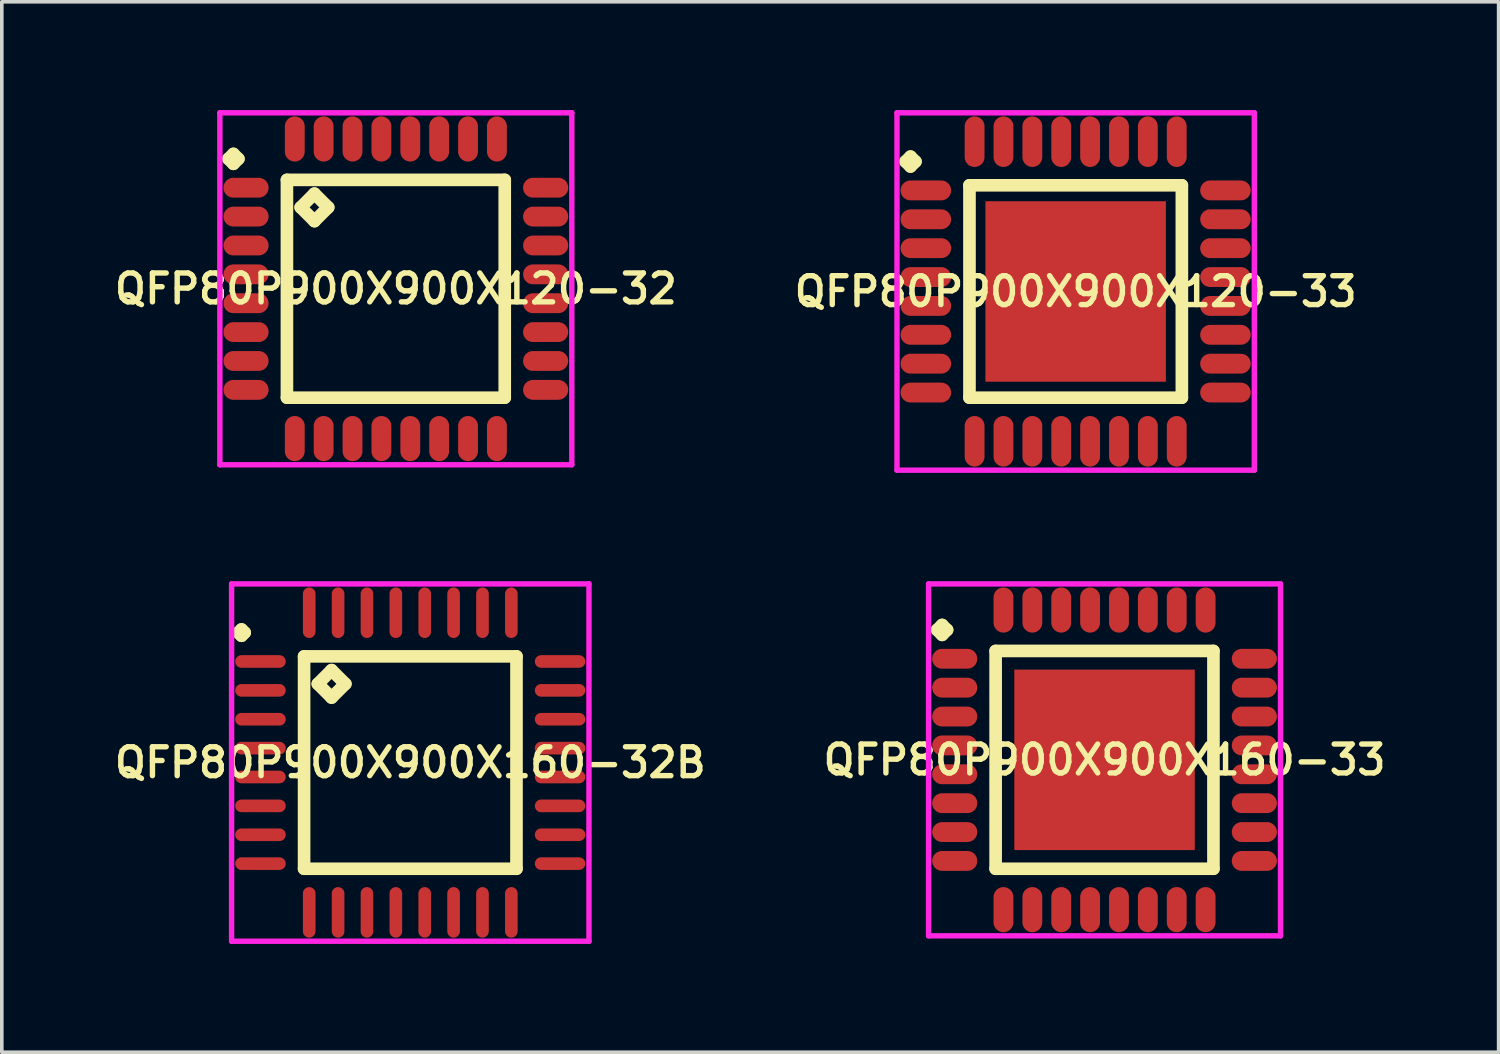
<source format=kicad_pcb>
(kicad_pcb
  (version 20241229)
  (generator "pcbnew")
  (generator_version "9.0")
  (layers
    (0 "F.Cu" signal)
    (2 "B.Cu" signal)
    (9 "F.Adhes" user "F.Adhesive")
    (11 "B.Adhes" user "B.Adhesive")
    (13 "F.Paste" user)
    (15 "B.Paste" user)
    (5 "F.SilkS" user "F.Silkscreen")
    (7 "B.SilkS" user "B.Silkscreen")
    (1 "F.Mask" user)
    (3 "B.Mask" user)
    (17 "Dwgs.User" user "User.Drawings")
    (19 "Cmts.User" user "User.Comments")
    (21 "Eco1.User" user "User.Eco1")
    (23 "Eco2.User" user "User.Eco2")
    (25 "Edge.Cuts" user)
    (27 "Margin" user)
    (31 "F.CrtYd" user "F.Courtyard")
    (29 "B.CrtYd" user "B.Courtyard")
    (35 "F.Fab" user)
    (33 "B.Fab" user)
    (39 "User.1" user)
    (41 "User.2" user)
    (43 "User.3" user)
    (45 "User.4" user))
  (footprint "QFP80P900X900X120-32"
    (layer "F.Cu")
    (at 7.916 4.95)
    (property "Reference" "QFP80P900X900X120-32" (at 0 0 0) (layer "F.SilkS") (effects (font (size 0.8 0.8) (thickness 0.15))))
    (attr smd)
    (fp_line (start -4.638 -3.6) (end -4.5 -3.737) (stroke (width 0.35) (type solid)) (layer "F.SilkS"))
    (fp_line (start -4.5 -3.737) (end -4.362 -3.6) (stroke (width 0.35) (type solid)) (layer "F.SilkS"))
    (fp_line (start -4.5 -3.462) (end -4.638 -3.6) (stroke (width 0.35) (type solid)) (layer "F.SilkS"))
    (fp_line (start -4.362 -3.6) (end -4.5 -3.462) (stroke (width 0.35) (type solid)) (layer "F.SilkS"))
    (fp_line (start -3.017 -3.017) (end -3.017 3.017) (stroke (width 0.35) (type solid)) (layer "F.SilkS"))
    (fp_line (start -3.017 3.017) (end 3.017 3.017) (stroke (width 0.35) (type solid)) (layer "F.SilkS"))
    (fp_line (start -2.636 -2.255) (end -2.255 -2.636) (stroke (width 0.35) (type solid)) (layer "F.SilkS"))
    (fp_line (start -2.255 -2.636) (end -1.874 -2.255) (stroke (width 0.35) (type solid)) (layer "F.SilkS"))
    (fp_line (start -2.255 -1.874) (end -2.636 -2.255) (stroke (width 0.35) (type solid)) (layer "F.SilkS"))
    (fp_line (start -1.874 -2.255) (end -2.255 -1.874) (stroke (width 0.35) (type solid)) (layer "F.SilkS"))
    (fp_line (start 3.017 -3.017) (end -3.017 -3.017) (stroke (width 0.35) (type solid)) (layer "F.SilkS"))
    (fp_line (start 3.017 3.017) (end 3.017 -3.017) (stroke (width 0.35) (type solid)) (layer "F.SilkS"))
    (fp_line (start -4.875 -4.875) (end 4.875 -4.875) (stroke (width 0.15) (type solid)) (layer "F.CrtYd"))
    (fp_line (start -4.875 4.875) (end -4.875 -4.875) (stroke (width 0.15) (type solid)) (layer "F.CrtYd"))
    (fp_line (start 4.875 -4.875) (end 4.875 4.875) (stroke (width 0.15) (type solid)) (layer "F.CrtYd"))
    (fp_line (start 4.875 4.875) (end -4.875 4.875) (stroke (width 0.15) (type solid)) (layer "F.CrtYd"))
    (pad "1" smd oval (at -4.15 -2.8) (size 1.25 0.55) (layers "F.Cu" "F.Mask" "F.Paste"))
    (pad "2" smd oval (at -4.15 -2) (size 1.25 0.55) (layers "F.Cu" "F.Mask" "F.Paste"))
    (pad "3" smd oval (at -4.15 -1.2) (size 1.25 0.55) (layers "F.Cu" "F.Mask" "F.Paste"))
    (pad "4" smd oval (at -4.15 -0.4) (size 1.25 0.55) (layers "F.Cu" "F.Mask" "F.Paste"))
    (pad "5" smd oval (at -4.15 0.4) (size 1.25 0.55) (layers "F.Cu" "F.Mask" "F.Paste"))
    (pad "6" smd oval (at -4.15 1.2) (size 1.25 0.55) (layers "F.Cu" "F.Mask" "F.Paste"))
    (pad "7" smd oval (at -4.15 2) (size 1.25 0.55) (layers "F.Cu" "F.Mask" "F.Paste"))
    (pad "8" smd oval (at -4.15 2.8) (size 1.25 0.55) (layers "F.Cu" "F.Mask" "F.Paste"))
    (pad "9" smd oval (at -2.8 4.15) (size 0.55 1.25) (layers "F.Cu" "F.Mask" "F.Paste"))
    (pad "10" smd oval (at -2 4.15) (size 0.55 1.25) (layers "F.Cu" "F.Mask" "F.Paste"))
    (pad "11" smd oval (at -1.2 4.15) (size 0.55 1.25) (layers "F.Cu" "F.Mask" "F.Paste"))
    (pad "12" smd oval (at -0.4 4.15) (size 0.55 1.25) (layers "F.Cu" "F.Mask" "F.Paste"))
    (pad "13" smd oval (at 0.4 4.15) (size 0.55 1.25) (layers "F.Cu" "F.Mask" "F.Paste"))
    (pad "14" smd oval (at 1.2 4.15) (size 0.55 1.25) (layers "F.Cu" "F.Mask" "F.Paste"))
    (pad "15" smd oval (at 2 4.15) (size 0.55 1.25) (layers "F.Cu" "F.Mask" "F.Paste"))
    (pad "16" smd oval (at 2.8 4.15) (size 0.55 1.25) (layers "F.Cu" "F.Mask" "F.Paste"))
    (pad "17" smd oval (at 4.15 2.8) (size 1.25 0.55) (layers "F.Cu" "F.Mask" "F.Paste"))
    (pad "18" smd oval (at 4.15 2) (size 1.25 0.55) (layers "F.Cu" "F.Mask" "F.Paste"))
    (pad "19" smd oval (at 4.15 1.2) (size 1.25 0.55) (layers "F.Cu" "F.Mask" "F.Paste"))
    (pad "20" smd oval (at 4.15 0.4) (size 1.25 0.55) (layers "F.Cu" "F.Mask" "F.Paste"))
    (pad "21" smd oval (at 4.15 -0.4) (size 1.25 0.55) (layers "F.Cu" "F.Mask" "F.Paste"))
    (pad "22" smd oval (at 4.15 -1.2) (size 1.25 0.55) (layers "F.Cu" "F.Mask" "F.Paste"))
    (pad "23" smd oval (at 4.15 -2) (size 1.25 0.55) (layers "F.Cu" "F.Mask" "F.Paste"))
    (pad "24" smd oval (at 4.15 -2.8) (size 1.25 0.55) (layers "F.Cu" "F.Mask" "F.Paste"))
    (pad "25" smd oval (at 2.8 -4.15) (size 0.55 1.25) (layers "F.Cu" "F.Mask" "F.Paste"))
    (pad "26" smd oval (at 2 -4.15) (size 0.55 1.25) (layers "F.Cu" "F.Mask" "F.Paste"))
    (pad "27" smd oval (at 1.2 -4.15) (size 0.55 1.25) (layers "F.Cu" "F.Mask" "F.Paste"))
    (pad "28" smd oval (at 0.4 -4.15) (size 0.55 1.25) (layers "F.Cu" "F.Mask" "F.Paste"))
    (pad "29" smd oval (at -0.4 -4.15) (size 0.55 1.25) (layers "F.Cu" "F.Mask" "F.Paste"))
    (pad "30" smd oval (at -1.2 -4.15) (size 0.55 1.25) (layers "F.Cu" "F.Mask" "F.Paste"))
    (pad "31" smd oval (at -2 -4.15) (size 0.55 1.25) (layers "F.Cu" "F.Mask" "F.Paste"))
    (pad "32" smd oval (at -2.8 -4.15) (size 0.55 1.25) (layers "F.Cu" "F.Mask" "F.Paste")))
  (footprint "QFP80P900X900X160-32B"
    (layer "F.Cu")
    (at 8.316 18.075)
    (property "Reference" "QFP80P900X900X160-32B" (at 0 0 0) (layer "F.SilkS") (effects (font (size 0.8 0.8) (thickness 0.15))))
    (attr smd)
    (fp_line (start -4.763 -3.6) (end -4.675 -3.688) (stroke (width 0.35) (type solid)) (layer "F.SilkS"))
    (fp_line (start -4.675 -3.688) (end -4.588 -3.6) (stroke (width 0.35) (type solid)) (layer "F.SilkS"))
    (fp_line (start -4.675 -3.513) (end -4.763 -3.6) (stroke (width 0.35) (type solid)) (layer "F.SilkS"))
    (fp_line (start -4.588 -3.6) (end -4.675 -3.513) (stroke (width 0.35) (type solid)) (layer "F.SilkS"))
    (fp_line (start -2.942 -2.942) (end -2.942 2.942) (stroke (width 0.35) (type solid)) (layer "F.SilkS"))
    (fp_line (start -2.942 2.942) (end 2.942 2.942) (stroke (width 0.35) (type solid)) (layer "F.SilkS"))
    (fp_line (start -2.561 -2.18) (end -2.18 -2.561) (stroke (width 0.35) (type solid)) (layer "F.SilkS"))
    (fp_line (start -2.18 -2.561) (end -1.799 -2.18) (stroke (width 0.35) (type solid)) (layer "F.SilkS"))
    (fp_line (start -2.18 -1.799) (end -2.561 -2.18) (stroke (width 0.35) (type solid)) (layer "F.SilkS"))
    (fp_line (start -1.799 -2.18) (end -2.18 -1.799) (stroke (width 0.35) (type solid)) (layer "F.SilkS"))
    (fp_line (start 2.942 -2.942) (end -2.942 -2.942) (stroke (width 0.35) (type solid)) (layer "F.SilkS"))
    (fp_line (start 2.942 2.942) (end 2.942 -2.942) (stroke (width 0.35) (type solid)) (layer "F.SilkS"))
    (fp_line (start -4.95 -4.95) (end 4.95 -4.95) (stroke (width 0.15) (type solid)) (layer "F.CrtYd"))
    (fp_line (start -4.95 4.95) (end -4.95 -4.95) (stroke (width 0.15) (type solid)) (layer "F.CrtYd"))
    (fp_line (start 4.95 -4.95) (end 4.95 4.95) (stroke (width 0.15) (type solid)) (layer "F.CrtYd"))
    (fp_line (start 4.95 4.95) (end -4.95 4.95) (stroke (width 0.15) (type solid)) (layer "F.CrtYd"))
    (pad "1" smd oval (at -4.15 -2.8) (size 1.4 0.35) (layers "F.Cu" "F.Mask" "F.Paste"))
    (pad "2" smd oval (at -4.15 -2) (size 1.4 0.35) (layers "F.Cu" "F.Mask" "F.Paste"))
    (pad "3" smd oval (at -4.15 -1.2) (size 1.4 0.35) (layers "F.Cu" "F.Mask" "F.Paste"))
    (pad "4" smd oval (at -4.15 -0.4) (size 1.4 0.35) (layers "F.Cu" "F.Mask" "F.Paste"))
    (pad "5" smd oval (at -4.15 0.4) (size 1.4 0.35) (layers "F.Cu" "F.Mask" "F.Paste"))
    (pad "6" smd oval (at -4.15 1.2) (size 1.4 0.35) (layers "F.Cu" "F.Mask" "F.Paste"))
    (pad "7" smd oval (at -4.15 2) (size 1.4 0.35) (layers "F.Cu" "F.Mask" "F.Paste"))
    (pad "8" smd oval (at -4.15 2.8) (size 1.4 0.35) (layers "F.Cu" "F.Mask" "F.Paste"))
    (pad "9" smd oval (at -2.8 4.15) (size 0.35 1.4) (layers "F.Cu" "F.Mask" "F.Paste"))
    (pad "10" smd oval (at -2 4.15) (size 0.35 1.4) (layers "F.Cu" "F.Mask" "F.Paste"))
    (pad "11" smd oval (at -1.2 4.15) (size 0.35 1.4) (layers "F.Cu" "F.Mask" "F.Paste"))
    (pad "12" smd oval (at -0.4 4.15) (size 0.35 1.4) (layers "F.Cu" "F.Mask" "F.Paste"))
    (pad "13" smd oval (at 0.4 4.15) (size 0.35 1.4) (layers "F.Cu" "F.Mask" "F.Paste"))
    (pad "14" smd oval (at 1.2 4.15) (size 0.35 1.4) (layers "F.Cu" "F.Mask" "F.Paste"))
    (pad "15" smd oval (at 2 4.15) (size 0.35 1.4) (layers "F.Cu" "F.Mask" "F.Paste"))
    (pad "16" smd oval (at 2.8 4.15) (size 0.35 1.4) (layers "F.Cu" "F.Mask" "F.Paste"))
    (pad "17" smd oval (at 4.15 2.8) (size 1.4 0.35) (layers "F.Cu" "F.Mask" "F.Paste"))
    (pad "18" smd oval (at 4.15 2) (size 1.4 0.35) (layers "F.Cu" "F.Mask" "F.Paste"))
    (pad "19" smd oval (at 4.15 1.2) (size 1.4 0.35) (layers "F.Cu" "F.Mask" "F.Paste"))
    (pad "20" smd oval (at 4.15 0.4) (size 1.4 0.35) (layers "F.Cu" "F.Mask" "F.Paste"))
    (pad "21" smd oval (at 4.15 -0.4) (size 1.4 0.35) (layers "F.Cu" "F.Mask" "F.Paste"))
    (pad "22" smd oval (at 4.15 -1.2) (size 1.4 0.35) (layers "F.Cu" "F.Mask" "F.Paste"))
    (pad "23" smd oval (at 4.15 -2) (size 1.4 0.35) (layers "F.Cu" "F.Mask" "F.Paste"))
    (pad "24" smd oval (at 4.15 -2.8) (size 1.4 0.35) (layers "F.Cu" "F.Mask" "F.Paste"))
    (pad "25" smd oval (at 2.8 -4.15) (size 0.35 1.4) (layers "F.Cu" "F.Mask" "F.Paste"))
    (pad "26" smd oval (at 2 -4.15) (size 0.35 1.4) (layers "F.Cu" "F.Mask" "F.Paste"))
    (pad "27" smd oval (at 1.2 -4.15) (size 0.35 1.4) (layers "F.Cu" "F.Mask" "F.Paste"))
    (pad "28" smd oval (at 0.4 -4.15) (size 0.35 1.4) (layers "F.Cu" "F.Mask" "F.Paste"))
    (pad "29" smd oval (at -0.4 -4.15) (size 0.35 1.4) (layers "F.Cu" "F.Mask" "F.Paste"))
    (pad "30" smd oval (at -1.2 -4.15) (size 0.35 1.4) (layers "F.Cu" "F.Mask" "F.Paste"))
    (pad "31" smd oval (at -2 -4.15) (size 0.35 1.4) (layers "F.Cu" "F.Mask" "F.Paste"))
    (pad "32" smd oval (at -2.8 -4.15) (size 0.35 1.4) (layers "F.Cu" "F.Mask" "F.Paste")))
  (footprint "QFP80P900X900X160-33"
    (layer "F.Cu")
    (at 27.549 18)
    (property "Reference" "QFP80P900X900X160-33" (at 0 0 0) (layer "F.SilkS") (effects (font (size 0.8 0.8) (thickness 0.15))))
    (attr smd)
    (fp_line (start -4.638 -3.6) (end -4.5 -3.737) (stroke (width 0.35) (type solid)) (layer "F.SilkS"))
    (fp_line (start -4.5 -3.737) (end -4.362 -3.6) (stroke (width 0.35) (type solid)) (layer "F.SilkS"))
    (fp_line (start -4.5 -3.462) (end -4.638 -3.6) (stroke (width 0.35) (type solid)) (layer "F.SilkS"))
    (fp_line (start -4.362 -3.6) (end -4.5 -3.462) (stroke (width 0.35) (type solid)) (layer "F.SilkS"))
    (fp_line (start -3.017 -3.017) (end -3.017 3.017) (stroke (width 0.35) (type solid)) (layer "F.SilkS"))
    (fp_line (start -3.017 3.017) (end 3.017 3.017) (stroke (width 0.35) (type solid)) (layer "F.SilkS"))
    (fp_line (start 3.017 -3.017) (end -3.017 -3.017) (stroke (width 0.35) (type solid)) (layer "F.SilkS"))
    (fp_line (start 3.017 3.017) (end 3.017 -3.017) (stroke (width 0.35) (type solid)) (layer "F.SilkS"))
    (fp_line (start -4.875 -4.875) (end 4.875 -4.875) (stroke (width 0.15) (type solid)) (layer "F.CrtYd"))
    (fp_line (start -4.875 4.875) (end -4.875 -4.875) (stroke (width 0.15) (type solid)) (layer "F.CrtYd"))
    (fp_line (start 4.875 -4.875) (end 4.875 4.875) (stroke (width 0.15) (type solid)) (layer "F.CrtYd"))
    (fp_line (start 4.875 4.875) (end -4.875 4.875) (stroke (width 0.15) (type solid)) (layer "F.CrtYd"))
    (pad "1" smd oval (at -4.15 -2.8) (size 1.25 0.55) (layers "F.Cu" "F.Mask" "F.Paste"))
    (pad "2" smd oval (at -4.15 -2) (size 1.25 0.55) (layers "F.Cu" "F.Mask" "F.Paste"))
    (pad "3" smd oval (at -4.15 -1.2) (size 1.25 0.55) (layers "F.Cu" "F.Mask" "F.Paste"))
    (pad "4" smd oval (at -4.15 -0.4) (size 1.25 0.55) (layers "F.Cu" "F.Mask" "F.Paste"))
    (pad "5" smd oval (at -4.15 0.4) (size 1.25 0.55) (layers "F.Cu" "F.Mask" "F.Paste"))
    (pad "6" smd oval (at -4.15 1.2) (size 1.25 0.55) (layers "F.Cu" "F.Mask" "F.Paste"))
    (pad "7" smd oval (at -4.15 2) (size 1.25 0.55) (layers "F.Cu" "F.Mask" "F.Paste"))
    (pad "8" smd oval (at -4.15 2.8) (size 1.25 0.55) (layers "F.Cu" "F.Mask" "F.Paste"))
    (pad "9" smd oval (at -2.8 4.15) (size 0.55 1.25) (layers "F.Cu" "F.Mask" "F.Paste"))
    (pad "10" smd oval (at -2 4.15) (size 0.55 1.25) (layers "F.Cu" "F.Mask" "F.Paste"))
    (pad "11" smd oval (at -1.2 4.15) (size 0.55 1.25) (layers "F.Cu" "F.Mask" "F.Paste"))
    (pad "12" smd oval (at -0.4 4.15) (size 0.55 1.25) (layers "F.Cu" "F.Mask" "F.Paste"))
    (pad "13" smd oval (at 0.4 4.15) (size 0.55 1.25) (layers "F.Cu" "F.Mask" "F.Paste"))
    (pad "14" smd oval (at 1.2 4.15) (size 0.55 1.25) (layers "F.Cu" "F.Mask" "F.Paste"))
    (pad "15" smd oval (at 2 4.15) (size 0.55 1.25) (layers "F.Cu" "F.Mask" "F.Paste"))
    (pad "16" smd oval (at 2.8 4.15) (size 0.55 1.25) (layers "F.Cu" "F.Mask" "F.Paste"))
    (pad "17" smd oval (at 4.15 2.8) (size 1.25 0.55) (layers "F.Cu" "F.Mask" "F.Paste"))
    (pad "18" smd oval (at 4.15 2) (size 1.25 0.55) (layers "F.Cu" "F.Mask" "F.Paste"))
    (pad "19" smd oval (at 4.15 1.2) (size 1.25 0.55) (layers "F.Cu" "F.Mask" "F.Paste"))
    (pad "20" smd oval (at 4.15 0.4) (size 1.25 0.55) (layers "F.Cu" "F.Mask" "F.Paste"))
    (pad "21" smd oval (at 4.15 -0.4) (size 1.25 0.55) (layers "F.Cu" "F.Mask" "F.Paste"))
    (pad "22" smd oval (at 4.15 -1.2) (size 1.25 0.55) (layers "F.Cu" "F.Mask" "F.Paste"))
    (pad "23" smd oval (at 4.15 -2) (size 1.25 0.55) (layers "F.Cu" "F.Mask" "F.Paste"))
    (pad "24" smd oval (at 4.15 -2.8) (size 1.25 0.55) (layers "F.Cu" "F.Mask" "F.Paste"))
    (pad "25" smd oval (at 2.8 -4.15) (size 0.55 1.25) (layers "F.Cu" "F.Mask" "F.Paste"))
    (pad "26" smd oval (at 2 -4.15) (size 0.55 1.25) (layers "F.Cu" "F.Mask" "F.Paste"))
    (pad "27" smd oval (at 1.2 -4.15) (size 0.55 1.25) (layers "F.Cu" "F.Mask" "F.Paste"))
    (pad "28" smd oval (at 0.4 -4.15) (size 0.55 1.25) (layers "F.Cu" "F.Mask" "F.Paste"))
    (pad "29" smd oval (at -0.4 -4.15) (size 0.55 1.25) (layers "F.Cu" "F.Mask" "F.Paste"))
    (pad "30" smd oval (at -1.2 -4.15) (size 0.55 1.25) (layers "F.Cu" "F.Mask" "F.Paste"))
    (pad "31" smd oval (at -2 -4.15) (size 0.55 1.25) (layers "F.Cu" "F.Mask" "F.Paste"))
    (pad "32" smd oval (at -2.8 -4.15) (size 0.55 1.25) (layers "F.Cu" "F.Mask" "F.Paste"))
    (pad "33" smd rect (at 0 0) (size 5 5) (layers "F.Cu" "F.Mask" "F.Paste")))
  (footprint "QFP80P900X900X120-33"
    (layer "F.Cu")
    (at 26.749 5.025)
    (property "Reference" "QFP80P900X900X120-33" (at 0 0 0) (layer "F.SilkS") (effects (font (size 0.8 0.8) (thickness 0.15))))
    (attr smd)
    (fp_line (start -4.713 -3.6) (end -4.575 -3.737) (stroke (width 0.35) (type solid)) (layer "F.SilkS"))
    (fp_line (start -4.575 -3.737) (end -4.438 -3.6) (stroke (width 0.35) (type solid)) (layer "F.SilkS"))
    (fp_line (start -4.575 -3.462) (end -4.713 -3.6) (stroke (width 0.35) (type solid)) (layer "F.SilkS"))
    (fp_line (start -4.438 -3.6) (end -4.575 -3.462) (stroke (width 0.35) (type solid)) (layer "F.SilkS"))
    (fp_line (start -2.942 -2.942) (end -2.942 2.942) (stroke (width 0.35) (type solid)) (layer "F.SilkS"))
    (fp_line (start -2.942 2.942) (end 2.942 2.942) (stroke (width 0.35) (type solid)) (layer "F.SilkS"))
    (fp_line (start 2.942 -2.942) (end -2.942 -2.942) (stroke (width 0.35) (type solid)) (layer "F.SilkS"))
    (fp_line (start 2.942 2.942) (end 2.942 -2.942) (stroke (width 0.35) (type solid)) (layer "F.SilkS"))
    (fp_line (start -4.95 -4.95) (end 4.95 -4.95) (stroke (width 0.15) (type solid)) (layer "F.CrtYd"))
    (fp_line (start -4.95 4.95) (end -4.95 -4.95) (stroke (width 0.15) (type solid)) (layer "F.CrtYd"))
    (fp_line (start 4.95 -4.95) (end 4.95 4.95) (stroke (width 0.15) (type solid)) (layer "F.CrtYd"))
    (fp_line (start 4.95 4.95) (end -4.95 4.95) (stroke (width 0.15) (type solid)) (layer "F.CrtYd"))
    (pad "1" smd oval (at -4.15 -2.8) (size 1.4 0.55) (layers "F.Cu" "F.Mask" "F.Paste"))
    (pad "2" smd oval (at -4.15 -2) (size 1.4 0.55) (layers "F.Cu" "F.Mask" "F.Paste"))
    (pad "3" smd oval (at -4.15 -1.2) (size 1.4 0.55) (layers "F.Cu" "F.Mask" "F.Paste"))
    (pad "4" smd oval (at -4.15 -0.4) (size 1.4 0.55) (layers "F.Cu" "F.Mask" "F.Paste"))
    (pad "5" smd oval (at -4.15 0.4) (size 1.4 0.55) (layers "F.Cu" "F.Mask" "F.Paste"))
    (pad "6" smd oval (at -4.15 1.2) (size 1.4 0.55) (layers "F.Cu" "F.Mask" "F.Paste"))
    (pad "7" smd oval (at -4.15 2) (size 1.4 0.55) (layers "F.Cu" "F.Mask" "F.Paste"))
    (pad "8" smd oval (at -4.15 2.8) (size 1.4 0.55) (layers "F.Cu" "F.Mask" "F.Paste"))
    (pad "9" smd oval (at -2.8 4.15) (size 0.55 1.4) (layers "F.Cu" "F.Mask" "F.Paste"))
    (pad "10" smd oval (at -2 4.15) (size 0.55 1.4) (layers "F.Cu" "F.Mask" "F.Paste"))
    (pad "11" smd oval (at -1.2 4.15) (size 0.55 1.4) (layers "F.Cu" "F.Mask" "F.Paste"))
    (pad "12" smd oval (at -0.4 4.15) (size 0.55 1.4) (layers "F.Cu" "F.Mask" "F.Paste"))
    (pad "13" smd oval (at 0.4 4.15) (size 0.55 1.4) (layers "F.Cu" "F.Mask" "F.Paste"))
    (pad "14" smd oval (at 1.2 4.15) (size 0.55 1.4) (layers "F.Cu" "F.Mask" "F.Paste"))
    (pad "15" smd oval (at 2 4.15) (size 0.55 1.4) (layers "F.Cu" "F.Mask" "F.Paste"))
    (pad "16" smd oval (at 2.8 4.15) (size 0.55 1.4) (layers "F.Cu" "F.Mask" "F.Paste"))
    (pad "17" smd oval (at 4.15 2.8) (size 1.4 0.55) (layers "F.Cu" "F.Mask" "F.Paste"))
    (pad "18" smd oval (at 4.15 2) (size 1.4 0.55) (layers "F.Cu" "F.Mask" "F.Paste"))
    (pad "19" smd oval (at 4.15 1.2) (size 1.4 0.55) (layers "F.Cu" "F.Mask" "F.Paste"))
    (pad "20" smd oval (at 4.15 0.4) (size 1.4 0.55) (layers "F.Cu" "F.Mask" "F.Paste"))
    (pad "21" smd oval (at 4.15 -0.4) (size 1.4 0.55) (layers "F.Cu" "F.Mask" "F.Paste"))
    (pad "22" smd oval (at 4.15 -1.2) (size 1.4 0.55) (layers "F.Cu" "F.Mask" "F.Paste"))
    (pad "23" smd oval (at 4.15 -2) (size 1.4 0.55) (layers "F.Cu" "F.Mask" "F.Paste"))
    (pad "24" smd oval (at 4.15 -2.8) (size 1.4 0.55) (layers "F.Cu" "F.Mask" "F.Paste"))
    (pad "25" smd oval (at 2.8 -4.15) (size 0.55 1.4) (layers "F.Cu" "F.Mask" "F.Paste"))
    (pad "26" smd oval (at 2 -4.15) (size 0.55 1.4) (layers "F.Cu" "F.Mask" "F.Paste"))
    (pad "27" smd oval (at 1.2 -4.15) (size 0.55 1.4) (layers "F.Cu" "F.Mask" "F.Paste"))
    (pad "28" smd oval (at 0.4 -4.15) (size 0.55 1.4) (layers "F.Cu" "F.Mask" "F.Paste"))
    (pad "29" smd oval (at -0.4 -4.15) (size 0.55 1.4) (layers "F.Cu" "F.Mask" "F.Paste"))
    (pad "30" smd oval (at -1.2 -4.15) (size 0.55 1.4) (layers "F.Cu" "F.Mask" "F.Paste"))
    (pad "31" smd oval (at -2 -4.15) (size 0.55 1.4) (layers "F.Cu" "F.Mask" "F.Paste"))
    (pad "32" smd oval (at -2.8 -4.15) (size 0.55 1.4) (layers "F.Cu" "F.Mask" "F.Paste"))
    (pad "33" smd rect (at 0 0) (size 5 5) (layers "F.Cu" "F.Mask" "F.Paste")))
  (gr_rect
    (start -3 -3)
    (end 38.466 26.1)
    (stroke (width 0.1) (type default))
    (fill no)
    (layer "Edge.Cuts")))
</source>
